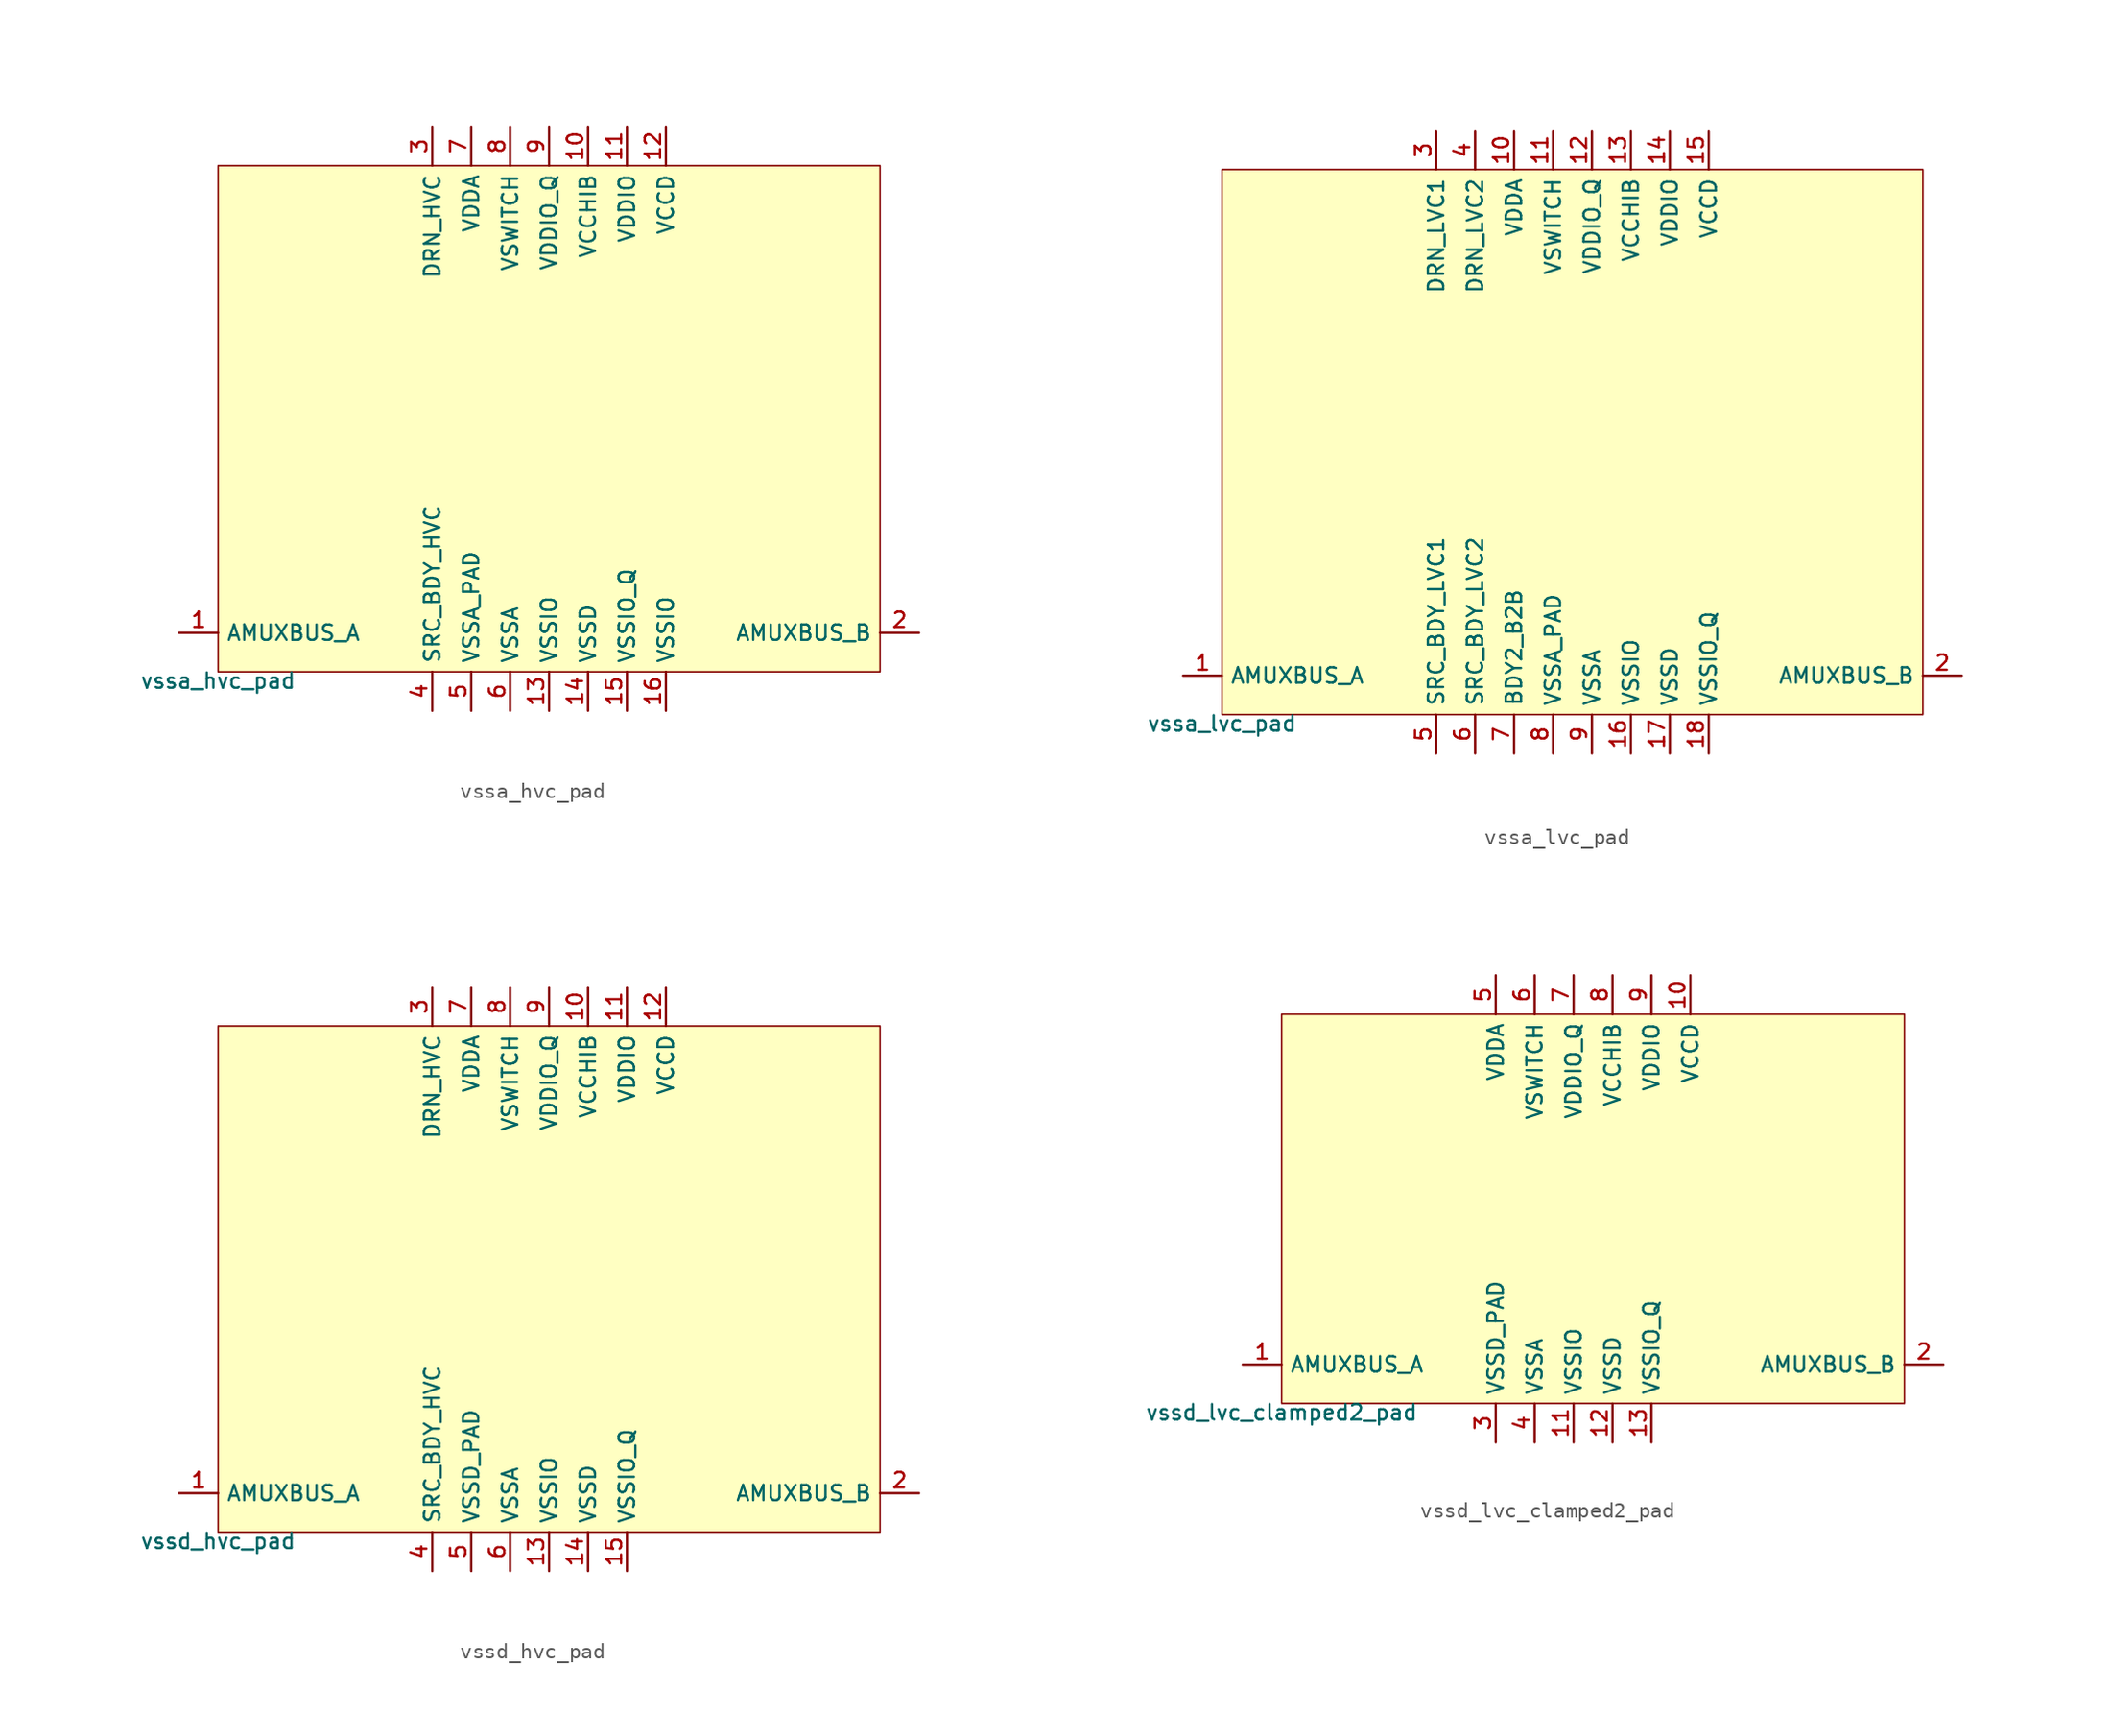
<source format=kicad_sym>
(kicad_symbol_lib
  (version 20211014)
  (generator pdk2kicad)
  (symbol "vssa_hvc_pad"
    (property "Reference" "X"
      (at 0 0 0)
      (effects (font (size 1 1)) hide))
    (property "Value" "vssa_hvc_pad"
      (at -21.59 -16.51 0)
      (effects (font (size 1 1)) (justify top)))
    (rectangle
      (start -21.59 -16.51)
      (end 21.59 16.51)
      (stroke (width 0.1) (type solid) (color 0 0 0 0))
      (fill (type background)))
    (pin bidirectional line
      (at -24.13 -13.97 0)
      (length 2.54)
      (name "AMUXBUS_A" (effects (font (size 1 1)) hide))
      (number "1" (effects (font (size 1 1)) hide)))
    (pin bidirectional line
      (at 24.13 -13.97 180)
      (length 2.54)
      (name "AMUXBUS_B" (effects (font (size 1 1)) hide))
      (number "2" (effects (font (size 1 1)) hide)))
    (pin power_in line
      (at -7.62 19.05 270)
      (length 2.54)
      (name "DRN_HVC" (effects (font (size 1 1)) hide))
      (number "3" (effects (font (size 1 1)) hide)))
    (pin power_in line
      (at -7.62 -19.05 90)
      (length 2.54)
      (name "SRC_BDY_HVC" (effects (font (size 1 1)) hide))
      (number "4" (effects (font (size 1 1)) hide)))
    (pin power_in line
      (at -5.08 -19.05 90)
      (length 2.54)
      (name "VSSA_PAD" (effects (font (size 1 1)) hide))
      (number "5" (effects (font (size 1 1)) hide)))
    (pin power_in line
      (at -2.54 -19.05 90)
      (length 2.54)
      (name "VSSA" (effects (font (size 1 1)) hide))
      (number "6" (effects (font (size 1 1)) hide)))
    (pin power_in line
      (at -5.08 19.05 270)
      (length 2.54)
      (name "VDDA" (effects (font (size 1 1)) hide))
      (number "7" (effects (font (size 1 1)) hide)))
    (pin power_in line
      (at -2.54 19.05 270)
      (length 2.54)
      (name "VSWITCH" (effects (font (size 1 1)) hide))
      (number "8" (effects (font (size 1 1)) hide)))
    (pin power_in line
      (at 0.0 19.05 270)
      (length 2.54)
      (name "VDDIO_Q" (effects (font (size 1 1)) hide))
      (number "9" (effects (font (size 1 1)) hide)))
    (pin power_in line
      (at 2.54 19.05 270)
      (length 2.54)
      (name "VCCHIB" (effects (font (size 1 1)) hide))
      (number "10" (effects (font (size 1 1)) hide)))
    (pin power_in line
      (at 5.08 19.05 270)
      (length 2.54)
      (name "VDDIO" (effects (font (size 1 1)) hide))
      (number "11" (effects (font (size 1 1)) hide)))
    (pin power_in line
      (at 7.62 19.05 270)
      (length 2.54)
      (name "VCCD" (effects (font (size 1 1)) hide))
      (number "12" (effects (font (size 1 1)) hide)))
    (pin power_in line
      (at 0.0 -19.05 90)
      (length 2.54)
      (name "VSSIO" (effects (font (size 1 1)) hide))
      (number "13" (effects (font (size 1 1)) hide)))
    (pin power_in line
      (at 2.54 -19.05 90)
      (length 2.54)
      (name "VSSD" (effects (font (size 1 1)) hide))
      (number "14" (effects (font (size 1 1)) hide)))
    (pin power_in line
      (at 5.08 -19.05 90)
      (length 2.54)
      (name "VSSIO_Q" (effects (font (size 1 1)) hide))
      (number "15" (effects (font (size 1 1)) hide)))
    (pin power_in line
      (at 7.62 -19.05 90)
      (length 2.54)
      (name "VSSIO" (effects (font (size 1 1)) hide))
      (number "16" (effects (font (size 1 1)) hide))))
  (symbol "vssa_lvc_pad"
    (property "Reference" "X"
      (at 0 0 0)
      (effects (font (size 1 1)) hide))
    (property "Value" "vssa_lvc_pad"
      (at -22.86 -17.78 0)
      (effects (font (size 1 1)) (justify top)))
    (rectangle
      (start -22.86 -17.78)
      (end 22.86 17.78)
      (stroke (width 0.1) (type solid) (color 0 0 0 0))
      (fill (type background)))
    (pin bidirectional line
      (at -25.4 -15.24 0)
      (length 2.54)
      (name "AMUXBUS_A" (effects (font (size 1 1)) hide))
      (number "1" (effects (font (size 1 1)) hide)))
    (pin bidirectional line
      (at 25.4 -15.24 180)
      (length 2.54)
      (name "AMUXBUS_B" (effects (font (size 1 1)) hide))
      (number "2" (effects (font (size 1 1)) hide)))
    (pin power_in line
      (at -8.89 20.32 270)
      (length 2.54)
      (name "DRN_LVC1" (effects (font (size 1 1)) hide))
      (number "3" (effects (font (size 1 1)) hide)))
    (pin power_in line
      (at -6.35 20.32 270)
      (length 2.54)
      (name "DRN_LVC2" (effects (font (size 1 1)) hide))
      (number "4" (effects (font (size 1 1)) hide)))
    (pin power_in line
      (at -8.89 -20.32 90)
      (length 2.54)
      (name "SRC_BDY_LVC1" (effects (font (size 1 1)) hide))
      (number "5" (effects (font (size 1 1)) hide)))
    (pin power_in line
      (at -6.35 -20.32 90)
      (length 2.54)
      (name "SRC_BDY_LVC2" (effects (font (size 1 1)) hide))
      (number "6" (effects (font (size 1 1)) hide)))
    (pin power_in line
      (at -3.81 -20.32 90)
      (length 2.54)
      (name "BDY2_B2B" (effects (font (size 1 1)) hide))
      (number "7" (effects (font (size 1 1)) hide)))
    (pin power_in line
      (at -1.27 -20.32 90)
      (length 2.54)
      (name "VSSA_PAD" (effects (font (size 1 1)) hide))
      (number "8" (effects (font (size 1 1)) hide)))
    (pin power_in line
      (at 1.27 -20.32 90)
      (length 2.54)
      (name "VSSA" (effects (font (size 1 1)) hide))
      (number "9" (effects (font (size 1 1)) hide)))
    (pin power_in line
      (at -3.81 20.32 270)
      (length 2.54)
      (name "VDDA" (effects (font (size 1 1)) hide))
      (number "10" (effects (font (size 1 1)) hide)))
    (pin power_in line
      (at -1.27 20.32 270)
      (length 2.54)
      (name "VSWITCH" (effects (font (size 1 1)) hide))
      (number "11" (effects (font (size 1 1)) hide)))
    (pin power_in line
      (at 1.27 20.32 270)
      (length 2.54)
      (name "VDDIO_Q" (effects (font (size 1 1)) hide))
      (number "12" (effects (font (size 1 1)) hide)))
    (pin power_in line
      (at 3.81 20.32 270)
      (length 2.54)
      (name "VCCHIB" (effects (font (size 1 1)) hide))
      (number "13" (effects (font (size 1 1)) hide)))
    (pin power_in line
      (at 6.35 20.32 270)
      (length 2.54)
      (name "VDDIO" (effects (font (size 1 1)) hide))
      (number "14" (effects (font (size 1 1)) hide)))
    (pin power_in line
      (at 8.89 20.32 270)
      (length 2.54)
      (name "VCCD" (effects (font (size 1 1)) hide))
      (number "15" (effects (font (size 1 1)) hide)))
    (pin power_in line
      (at 3.81 -20.32 90)
      (length 2.54)
      (name "VSSIO" (effects (font (size 1 1)) hide))
      (number "16" (effects (font (size 1 1)) hide)))
    (pin power_in line
      (at 6.35 -20.32 90)
      (length 2.54)
      (name "VSSD" (effects (font (size 1 1)) hide))
      (number "17" (effects (font (size 1 1)) hide)))
    (pin power_in line
      (at 8.89 -20.32 90)
      (length 2.54)
      (name "VSSIO_Q" (effects (font (size 1 1)) hide))
      (number "18" (effects (font (size 1 1)) hide))))
  (symbol "vssd_hvc_pad"
    (property "Reference" "X"
      (at 0 0 0)
      (effects (font (size 1 1)) hide))
    (property "Value" "vssd_hvc_pad"
      (at -21.59 -16.51 0)
      (effects (font (size 1 1)) (justify top)))
    (rectangle
      (start -21.59 -16.51)
      (end 21.59 16.51)
      (stroke (width 0.1) (type solid) (color 0 0 0 0))
      (fill (type background)))
    (pin bidirectional line
      (at -24.13 -13.97 0)
      (length 2.54)
      (name "AMUXBUS_A" (effects (font (size 1 1)) hide))
      (number "1" (effects (font (size 1 1)) hide)))
    (pin bidirectional line
      (at 24.13 -13.97 180)
      (length 2.54)
      (name "AMUXBUS_B" (effects (font (size 1 1)) hide))
      (number "2" (effects (font (size 1 1)) hide)))
    (pin power_in line
      (at -7.62 19.05 270)
      (length 2.54)
      (name "DRN_HVC" (effects (font (size 1 1)) hide))
      (number "3" (effects (font (size 1 1)) hide)))
    (pin power_in line
      (at -7.62 -19.05 90)
      (length 2.54)
      (name "SRC_BDY_HVC" (effects (font (size 1 1)) hide))
      (number "4" (effects (font (size 1 1)) hide)))
    (pin power_in line
      (at -5.08 -19.05 90)
      (length 2.54)
      (name "VSSD_PAD" (effects (font (size 1 1)) hide))
      (number "5" (effects (font (size 1 1)) hide)))
    (pin power_in line
      (at -2.54 -19.05 90)
      (length 2.54)
      (name "VSSA" (effects (font (size 1 1)) hide))
      (number "6" (effects (font (size 1 1)) hide)))
    (pin power_in line
      (at -5.08 19.05 270)
      (length 2.54)
      (name "VDDA" (effects (font (size 1 1)) hide))
      (number "7" (effects (font (size 1 1)) hide)))
    (pin power_in line
      (at -2.54 19.05 270)
      (length 2.54)
      (name "VSWITCH" (effects (font (size 1 1)) hide))
      (number "8" (effects (font (size 1 1)) hide)))
    (pin power_in line
      (at 0.0 19.05 270)
      (length 2.54)
      (name "VDDIO_Q" (effects (font (size 1 1)) hide))
      (number "9" (effects (font (size 1 1)) hide)))
    (pin power_in line
      (at 2.54 19.05 270)
      (length 2.54)
      (name "VCCHIB" (effects (font (size 1 1)) hide))
      (number "10" (effects (font (size 1 1)) hide)))
    (pin power_in line
      (at 5.08 19.05 270)
      (length 2.54)
      (name "VDDIO" (effects (font (size 1 1)) hide))
      (number "11" (effects (font (size 1 1)) hide)))
    (pin power_in line
      (at 7.62 19.05 270)
      (length 2.54)
      (name "VCCD" (effects (font (size 1 1)) hide))
      (number "12" (effects (font (size 1 1)) hide)))
    (pin power_in line
      (at 0.0 -19.05 90)
      (length 2.54)
      (name "VSSIO" (effects (font (size 1 1)) hide))
      (number "13" (effects (font (size 1 1)) hide)))
    (pin power_in line
      (at 2.54 -19.05 90)
      (length 2.54)
      (name "VSSD" (effects (font (size 1 1)) hide))
      (number "14" (effects (font (size 1 1)) hide)))
    (pin power_in line
      (at 5.08 -19.05 90)
      (length 2.54)
      (name "VSSIO_Q" (effects (font (size 1 1)) hide))
      (number "15" (effects (font (size 1 1)) hide))))
  (symbol "vssd_lvc_clamped2_pad"
    (property "Reference" "X"
      (at 0 0 0)
      (effects (font (size 1 1)) hide))
    (property "Value" "vssd_lvc_clamped2_pad"
      (at -20.32 -12.7 0)
      (effects (font (size 1 1)) (justify top)))
    (rectangle
      (start -20.32 -12.7)
      (end 20.32 12.7)
      (stroke (width 0.1) (type solid) (color 0 0 0 0))
      (fill (type background)))
    (pin bidirectional line
      (at -22.86 -10.16 0)
      (length 2.54)
      (name "AMUXBUS_A" (effects (font (size 1 1)) hide))
      (number "1" (effects (font (size 1 1)) hide)))
    (pin bidirectional line
      (at 22.86 -10.16 180)
      (length 2.54)
      (name "AMUXBUS_B" (effects (font (size 1 1)) hide))
      (number "2" (effects (font (size 1 1)) hide)))
    (pin power_in line
      (at -6.35 -15.24 90)
      (length 2.54)
      (name "VSSD_PAD" (effects (font (size 1 1)) hide))
      (number "3" (effects (font (size 1 1)) hide)))
    (pin power_in line
      (at -3.81 -15.24 90)
      (length 2.54)
      (name "VSSA" (effects (font (size 1 1)) hide))
      (number "4" (effects (font (size 1 1)) hide)))
    (pin power_in line
      (at -6.35 15.24 270)
      (length 2.54)
      (name "VDDA" (effects (font (size 1 1)) hide))
      (number "5" (effects (font (size 1 1)) hide)))
    (pin power_in line
      (at -3.81 15.24 270)
      (length 2.54)
      (name "VSWITCH" (effects (font (size 1 1)) hide))
      (number "6" (effects (font (size 1 1)) hide)))
    (pin power_in line
      (at -1.27 15.24 270)
      (length 2.54)
      (name "VDDIO_Q" (effects (font (size 1 1)) hide))
      (number "7" (effects (font (size 1 1)) hide)))
    (pin power_in line
      (at 1.27 15.24 270)
      (length 2.54)
      (name "VCCHIB" (effects (font (size 1 1)) hide))
      (number "8" (effects (font (size 1 1)) hide)))
    (pin power_in line
      (at 3.81 15.24 270)
      (length 2.54)
      (name "VDDIO" (effects (font (size 1 1)) hide))
      (number "9" (effects (font (size 1 1)) hide)))
    (pin power_in line
      (at 6.35 15.24 270)
      (length 2.54)
      (name "VCCD" (effects (font (size 1 1)) hide))
      (number "10" (effects (font (size 1 1)) hide)))
    (pin power_in line
      (at -1.27 -15.24 90)
      (length 2.54)
      (name "VSSIO" (effects (font (size 1 1)) hide))
      (number "11" (effects (font (size 1 1)) hide)))
    (pin power_in line
      (at 1.27 -15.24 90)
      (length 2.54)
      (name "VSSD" (effects (font (size 1 1)) hide))
      (number "12" (effects (font (size 1 1)) hide)))
    (pin power_in line
      (at 3.81 -15.24 90)
      (length 2.54)
      (name "VSSIO_Q" (effects (font (size 1 1)) hide))
      (number "13" (effects (font (size 1 1)) hide)))))
</source>
